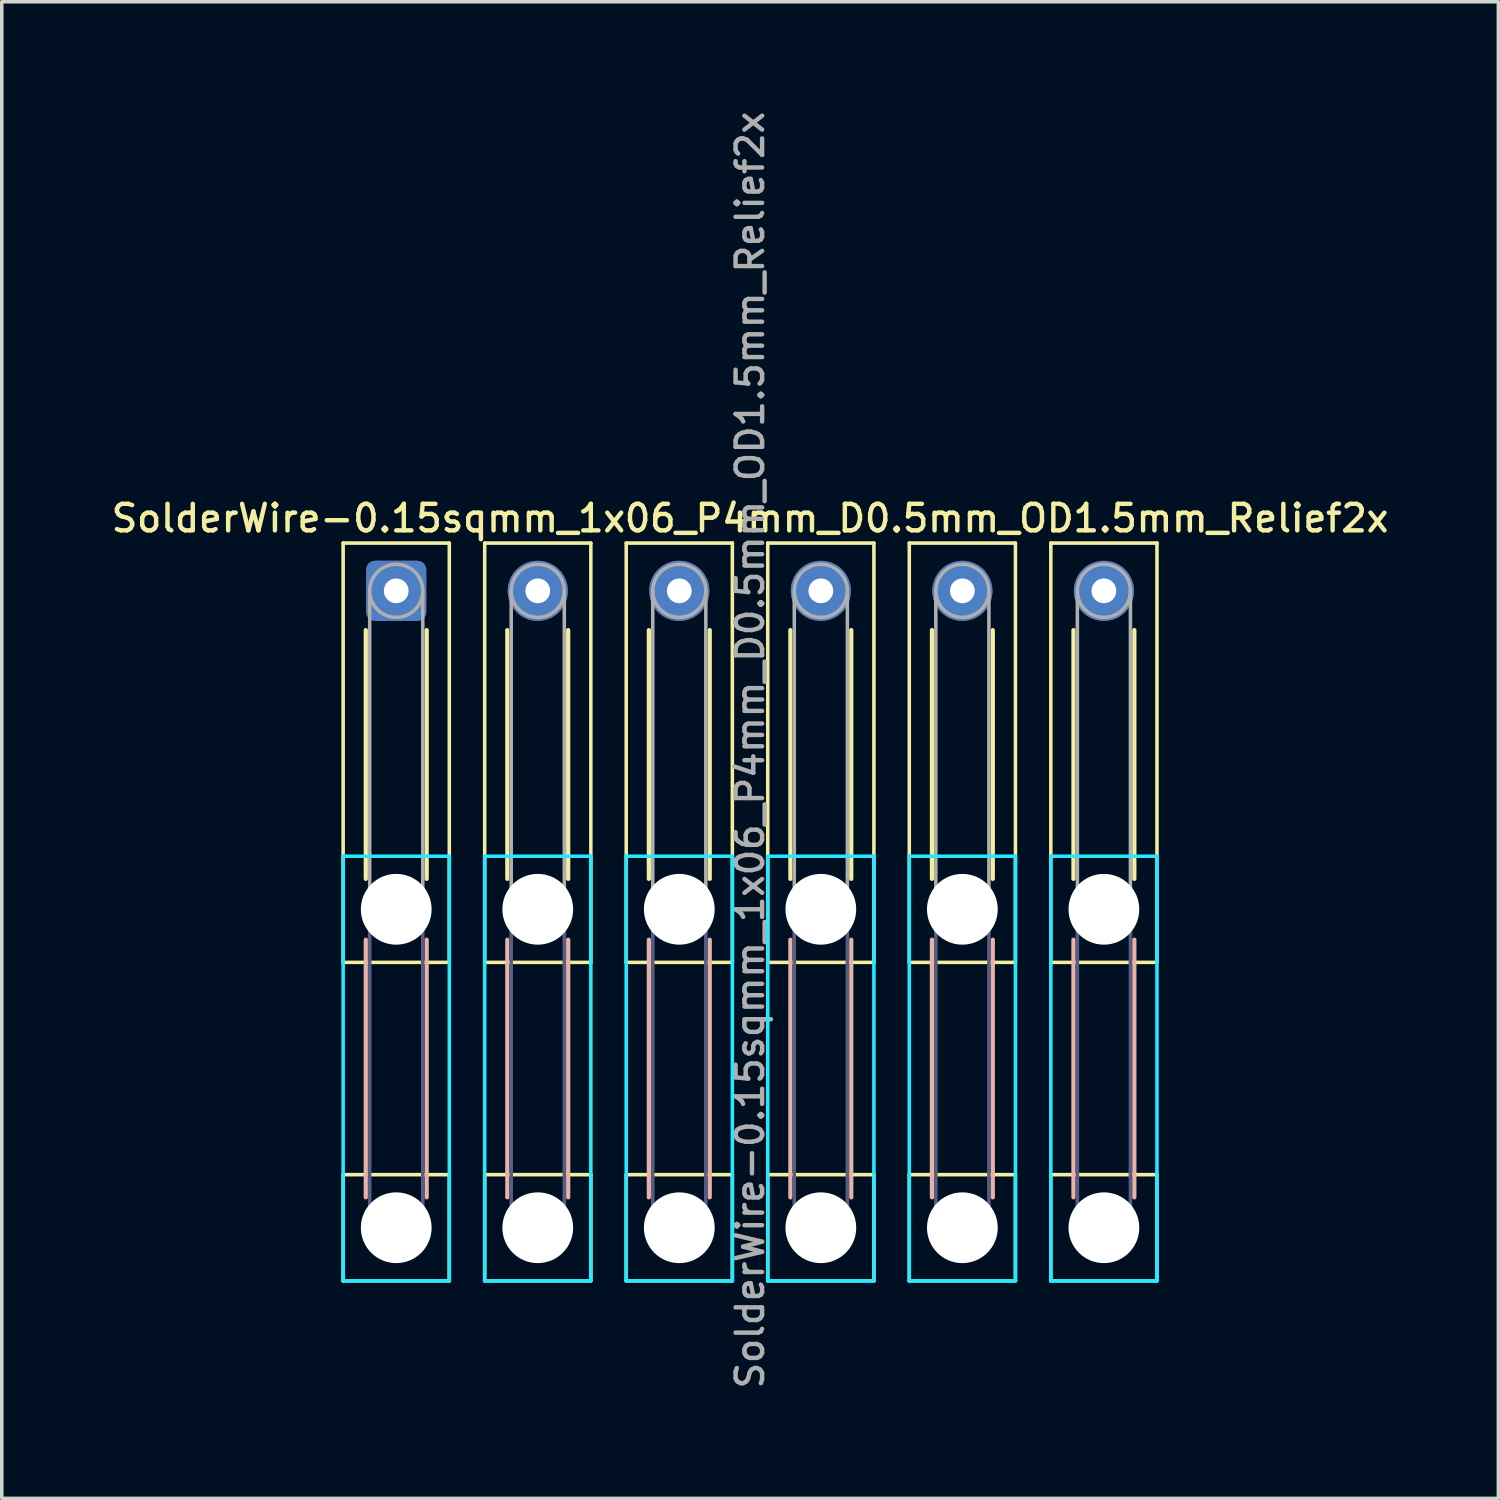
<source format=kicad_pcb>
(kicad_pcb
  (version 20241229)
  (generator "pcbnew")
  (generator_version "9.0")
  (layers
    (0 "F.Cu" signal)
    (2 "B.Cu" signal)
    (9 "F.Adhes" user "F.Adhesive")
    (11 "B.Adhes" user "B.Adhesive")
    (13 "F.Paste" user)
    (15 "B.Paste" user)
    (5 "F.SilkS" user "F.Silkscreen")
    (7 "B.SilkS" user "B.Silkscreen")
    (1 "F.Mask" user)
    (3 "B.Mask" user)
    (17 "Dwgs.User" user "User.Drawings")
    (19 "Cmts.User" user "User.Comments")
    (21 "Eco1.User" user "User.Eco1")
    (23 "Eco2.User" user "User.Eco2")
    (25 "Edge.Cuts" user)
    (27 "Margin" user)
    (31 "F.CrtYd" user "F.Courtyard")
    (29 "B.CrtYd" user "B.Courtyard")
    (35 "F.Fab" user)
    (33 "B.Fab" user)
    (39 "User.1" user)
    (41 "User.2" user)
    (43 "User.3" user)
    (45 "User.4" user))
  (footprint "SolderWire-0.15sqmm_1x06_P4mm_D0.5mm_OD1.5mm_Relief2x"
    (layer "F.Cu")
    (at 8.148 13.648)
    (property "Reference" "SolderWire-0.15sqmm_1x06_P4mm_D0.5mm_OD1.5mm_Relief2x" (at 10 -2.05 0) (layer "F.SilkS") (effects (font (size 0.75 0.75) (thickness 0.125))))
    (attr exclude_from_pos_files exclude_from_bom)
    (fp_line (start -1.5 -1.35) (end -1.5 10.5) (stroke (width 0.1) (type solid)) (layer "F.SilkS"))
    (fp_line (start -1.5 10.5) (end 1.5 10.5) (stroke (width 0.1) (type solid)) (layer "F.SilkS"))
    (fp_line (start -1.5 16.5) (end -1.5 19.5) (stroke (width 0.1) (type solid)) (layer "F.SilkS"))
    (fp_line (start -1.5 19.5) (end 1.5 19.5) (stroke (width 0.1) (type solid)) (layer "F.SilkS"))
    (fp_line (start -0.86 1.11) (end -0.86 8.14) (stroke (width 0.12) (type solid)) (layer "F.SilkS"))
    (fp_line (start 0.86 1.11) (end 0.86 8.14) (stroke (width 0.12) (type solid)) (layer "F.SilkS"))
    (fp_line (start 1.5 -1.35) (end -1.5 -1.35) (stroke (width 0.1) (type solid)) (layer "F.SilkS"))
    (fp_line (start 1.5 10.5) (end 1.5 -1.35) (stroke (width 0.1) (type solid)) (layer "F.SilkS"))
    (fp_line (start 1.5 16.5) (end -1.5 16.5) (stroke (width 0.1) (type solid)) (layer "F.SilkS"))
    (fp_line (start 1.5 19.5) (end 1.5 16.5) (stroke (width 0.1) (type solid)) (layer "F.SilkS"))
    (fp_line (start 2.5 -1.35) (end 2.5 10.5) (stroke (width 0.1) (type solid)) (layer "F.SilkS"))
    (fp_line (start 2.5 10.5) (end 5.5 10.5) (stroke (width 0.1) (type solid)) (layer "F.SilkS"))
    (fp_line (start 2.5 16.5) (end 2.5 19.5) (stroke (width 0.1) (type solid)) (layer "F.SilkS"))
    (fp_line (start 2.5 19.5) (end 5.5 19.5) (stroke (width 0.1) (type solid)) (layer "F.SilkS"))
    (fp_line (start 3.14 1.11) (end 3.14 8.14) (stroke (width 0.12) (type solid)) (layer "F.SilkS"))
    (fp_line (start 4.86 1.11) (end 4.86 8.14) (stroke (width 0.12) (type solid)) (layer "F.SilkS"))
    (fp_line (start 5.5 -1.35) (end 2.5 -1.35) (stroke (width 0.1) (type solid)) (layer "F.SilkS"))
    (fp_line (start 5.5 10.5) (end 5.5 -1.35) (stroke (width 0.1) (type solid)) (layer "F.SilkS"))
    (fp_line (start 5.5 16.5) (end 2.5 16.5) (stroke (width 0.1) (type solid)) (layer "F.SilkS"))
    (fp_line (start 5.5 19.5) (end 5.5 16.5) (stroke (width 0.1) (type solid)) (layer "F.SilkS"))
    (fp_line (start 6.5 -1.35) (end 6.5 10.5) (stroke (width 0.1) (type solid)) (layer "F.SilkS"))
    (fp_line (start 6.5 10.5) (end 9.5 10.5) (stroke (width 0.1) (type solid)) (layer "F.SilkS"))
    (fp_line (start 6.5 16.5) (end 6.5 19.5) (stroke (width 0.1) (type solid)) (layer "F.SilkS"))
    (fp_line (start 6.5 19.5) (end 9.5 19.5) (stroke (width 0.1) (type solid)) (layer "F.SilkS"))
    (fp_line (start 7.14 1.11) (end 7.14 8.14) (stroke (width 0.12) (type solid)) (layer "F.SilkS"))
    (fp_line (start 8.86 1.11) (end 8.86 8.14) (stroke (width 0.12) (type solid)) (layer "F.SilkS"))
    (fp_line (start 9.5 -1.35) (end 6.5 -1.35) (stroke (width 0.1) (type solid)) (layer "F.SilkS"))
    (fp_line (start 9.5 10.5) (end 9.5 -1.35) (stroke (width 0.1) (type solid)) (layer "F.SilkS"))
    (fp_line (start 9.5 16.5) (end 6.5 16.5) (stroke (width 0.1) (type solid)) (layer "F.SilkS"))
    (fp_line (start 9.5 19.5) (end 9.5 16.5) (stroke (width 0.1) (type solid)) (layer "F.SilkS"))
    (fp_line (start 10.5 -1.35) (end 10.5 10.5) (stroke (width 0.1) (type solid)) (layer "F.SilkS"))
    (fp_line (start 10.5 10.5) (end 13.5 10.5) (stroke (width 0.1) (type solid)) (layer "F.SilkS"))
    (fp_line (start 10.5 16.5) (end 10.5 19.5) (stroke (width 0.1) (type solid)) (layer "F.SilkS"))
    (fp_line (start 10.5 19.5) (end 13.5 19.5) (stroke (width 0.1) (type solid)) (layer "F.SilkS"))
    (fp_line (start 11.14 1.11) (end 11.14 8.14) (stroke (width 0.12) (type solid)) (layer "F.SilkS"))
    (fp_line (start 12.86 1.11) (end 12.86 8.14) (stroke (width 0.12) (type solid)) (layer "F.SilkS"))
    (fp_line (start 13.5 -1.35) (end 10.5 -1.35) (stroke (width 0.1) (type solid)) (layer "F.SilkS"))
    (fp_line (start 13.5 10.5) (end 13.5 -1.35) (stroke (width 0.1) (type solid)) (layer "F.SilkS"))
    (fp_line (start 13.5 16.5) (end 10.5 16.5) (stroke (width 0.1) (type solid)) (layer "F.SilkS"))
    (fp_line (start 13.5 19.5) (end 13.5 16.5) (stroke (width 0.1) (type solid)) (layer "F.SilkS"))
    (fp_line (start 14.5 -1.35) (end 14.5 10.5) (stroke (width 0.1) (type solid)) (layer "F.SilkS"))
    (fp_line (start 14.5 10.5) (end 17.5 10.5) (stroke (width 0.1) (type solid)) (layer "F.SilkS"))
    (fp_line (start 14.5 16.5) (end 14.5 19.5) (stroke (width 0.1) (type solid)) (layer "F.SilkS"))
    (fp_line (start 14.5 19.5) (end 17.5 19.5) (stroke (width 0.1) (type solid)) (layer "F.SilkS"))
    (fp_line (start 15.14 1.11) (end 15.14 8.14) (stroke (width 0.12) (type solid)) (layer "F.SilkS"))
    (fp_line (start 16.86 1.11) (end 16.86 8.14) (stroke (width 0.12) (type solid)) (layer "F.SilkS"))
    (fp_line (start 17.5 -1.35) (end 14.5 -1.35) (stroke (width 0.1) (type solid)) (layer "F.SilkS"))
    (fp_line (start 17.5 10.5) (end 17.5 -1.35) (stroke (width 0.1) (type solid)) (layer "F.SilkS"))
    (fp_line (start 17.5 16.5) (end 14.5 16.5) (stroke (width 0.1) (type solid)) (layer "F.SilkS"))
    (fp_line (start 17.5 19.5) (end 17.5 16.5) (stroke (width 0.1) (type solid)) (layer "F.SilkS"))
    (fp_line (start 18.5 -1.35) (end 18.5 10.5) (stroke (width 0.1) (type solid)) (layer "F.SilkS"))
    (fp_line (start 18.5 10.5) (end 21.5 10.5) (stroke (width 0.1) (type solid)) (layer "F.SilkS"))
    (fp_line (start 18.5 16.5) (end 18.5 19.5) (stroke (width 0.1) (type solid)) (layer "F.SilkS"))
    (fp_line (start 18.5 19.5) (end 21.5 19.5) (stroke (width 0.1) (type solid)) (layer "F.SilkS"))
    (fp_line (start 19.14 1.11) (end 19.14 8.14) (stroke (width 0.12) (type solid)) (layer "F.SilkS"))
    (fp_line (start 20.86 1.11) (end 20.86 8.14) (stroke (width 0.12) (type solid)) (layer "F.SilkS"))
    (fp_line (start 21.5 -1.35) (end 18.5 -1.35) (stroke (width 0.1) (type solid)) (layer "F.SilkS"))
    (fp_line (start 21.5 10.5) (end 21.5 -1.35) (stroke (width 0.1) (type solid)) (layer "F.SilkS"))
    (fp_line (start 21.5 16.5) (end 18.5 16.5) (stroke (width 0.1) (type solid)) (layer "F.SilkS"))
    (fp_line (start 21.5 19.5) (end 21.5 16.5) (stroke (width 0.1) (type solid)) (layer "F.SilkS"))
    (fp_line (start -0.86 9.86) (end -0.86 17.14) (stroke (width 0.12) (type solid)) (layer "B.SilkS"))
    (fp_line (start 0.86 9.86) (end 0.86 17.14) (stroke (width 0.12) (type solid)) (layer "B.SilkS"))
    (fp_line (start 3.14 9.86) (end 3.14 17.14) (stroke (width 0.12) (type solid)) (layer "B.SilkS"))
    (fp_line (start 4.86 9.86) (end 4.86 17.14) (stroke (width 0.12) (type solid)) (layer "B.SilkS"))
    (fp_line (start 7.14 9.86) (end 7.14 17.14) (stroke (width 0.12) (type solid)) (layer "B.SilkS"))
    (fp_line (start 8.86 9.86) (end 8.86 17.14) (stroke (width 0.12) (type solid)) (layer "B.SilkS"))
    (fp_line (start 11.14 9.86) (end 11.14 17.14) (stroke (width 0.12) (type solid)) (layer "B.SilkS"))
    (fp_line (start 12.86 9.86) (end 12.86 17.14) (stroke (width 0.12) (type solid)) (layer "B.SilkS"))
    (fp_line (start 15.14 9.86) (end 15.14 17.14) (stroke (width 0.12) (type solid)) (layer "B.SilkS"))
    (fp_line (start 16.86 9.86) (end 16.86 17.14) (stroke (width 0.12) (type solid)) (layer "B.SilkS"))
    (fp_line (start 19.14 9.86) (end 19.14 17.14) (stroke (width 0.12) (type solid)) (layer "B.SilkS"))
    (fp_line (start 20.86 9.86) (end 20.86 17.14) (stroke (width 0.12) (type solid)) (layer "B.SilkS"))
    (fp_line (start -1.5 7.5) (end -1.5 19.5) (stroke (width 0.1) (type solid)) (layer "B.CrtYd"))
    (fp_line (start -1.5 19.5) (end 1.5 19.5) (stroke (width 0.1) (type solid)) (layer "B.CrtYd"))
    (fp_line (start 1.5 7.5) (end -1.5 7.5) (stroke (width 0.1) (type solid)) (layer "B.CrtYd"))
    (fp_line (start 1.5 19.5) (end 1.5 7.5) (stroke (width 0.1) (type solid)) (layer "B.CrtYd"))
    (fp_line (start 2.5 7.5) (end 2.5 19.5) (stroke (width 0.1) (type solid)) (layer "B.CrtYd"))
    (fp_line (start 2.5 19.5) (end 5.5 19.5) (stroke (width 0.1) (type solid)) (layer "B.CrtYd"))
    (fp_line (start 5.5 7.5) (end 2.5 7.5) (stroke (width 0.1) (type solid)) (layer "B.CrtYd"))
    (fp_line (start 5.5 19.5) (end 5.5 7.5) (stroke (width 0.1) (type solid)) (layer "B.CrtYd"))
    (fp_line (start 6.5 7.5) (end 6.5 19.5) (stroke (width 0.1) (type solid)) (layer "B.CrtYd"))
    (fp_line (start 6.5 19.5) (end 9.5 19.5) (stroke (width 0.1) (type solid)) (layer "B.CrtYd"))
    (fp_line (start 9.5 7.5) (end 6.5 7.5) (stroke (width 0.1) (type solid)) (layer "B.CrtYd"))
    (fp_line (start 9.5 19.5) (end 9.5 7.5) (stroke (width 0.1) (type solid)) (layer "B.CrtYd"))
    (fp_line (start 10.5 7.5) (end 10.5 19.5) (stroke (width 0.1) (type solid)) (layer "B.CrtYd"))
    (fp_line (start 10.5 19.5) (end 13.5 19.5) (stroke (width 0.1) (type solid)) (layer "B.CrtYd"))
    (fp_line (start 13.5 7.5) (end 10.5 7.5) (stroke (width 0.1) (type solid)) (layer "B.CrtYd"))
    (fp_line (start 13.5 19.5) (end 13.5 7.5) (stroke (width 0.1) (type solid)) (layer "B.CrtYd"))
    (fp_line (start 14.5 7.5) (end 14.5 19.5) (stroke (width 0.1) (type solid)) (layer "B.CrtYd"))
    (fp_line (start 14.5 19.5) (end 17.5 19.5) (stroke (width 0.1) (type solid)) (layer "B.CrtYd"))
    (fp_line (start 17.5 7.5) (end 14.5 7.5) (stroke (width 0.1) (type solid)) (layer "B.CrtYd"))
    (fp_line (start 17.5 19.5) (end 17.5 7.5) (stroke (width 0.1) (type solid)) (layer "B.CrtYd"))
    (fp_line (start 18.5 7.5) (end 18.5 19.5) (stroke (width 0.1) (type solid)) (layer "B.CrtYd"))
    (fp_line (start 18.5 19.5) (end 21.5 19.5) (stroke (width 0.1) (type solid)) (layer "B.CrtYd"))
    (fp_line (start 21.5 7.5) (end 18.5 7.5) (stroke (width 0.1) (type solid)) (layer "B.CrtYd"))
    (fp_line (start 21.5 19.5) (end 21.5 7.5) (stroke (width 0.1) (type solid)) (layer "B.CrtYd"))
    (fp_line (start -0.75 9) (end -0.75 18) (stroke (width 0.1) (type solid)) (layer "B.Fab"))
    (fp_line (start 0.75 9) (end 0.75 18) (stroke (width 0.1) (type solid)) (layer "B.Fab"))
    (fp_line (start 3.25 9) (end 3.25 18) (stroke (width 0.1) (type solid)) (layer "B.Fab"))
    (fp_line (start 4.75 9) (end 4.75 18) (stroke (width 0.1) (type solid)) (layer "B.Fab"))
    (fp_line (start 7.25 9) (end 7.25 18) (stroke (width 0.1) (type solid)) (layer "B.Fab"))
    (fp_line (start 8.75 9) (end 8.75 18) (stroke (width 0.1) (type solid)) (layer "B.Fab"))
    (fp_line (start 11.25 9) (end 11.25 18) (stroke (width 0.1) (type solid)) (layer "B.Fab"))
    (fp_line (start 12.75 9) (end 12.75 18) (stroke (width 0.1) (type solid)) (layer "B.Fab"))
    (fp_line (start 15.25 9) (end 15.25 18) (stroke (width 0.1) (type solid)) (layer "B.Fab"))
    (fp_line (start 16.75 9) (end 16.75 18) (stroke (width 0.1) (type solid)) (layer "B.Fab"))
    (fp_line (start 19.25 9) (end 19.25 18) (stroke (width 0.1) (type solid)) (layer "B.Fab"))
    (fp_line (start 20.75 9) (end 20.75 18) (stroke (width 0.1) (type solid)) (layer "B.Fab"))
    (fp_circle (center 0 9) (end 0.75 9) (stroke (width 0.1) (type solid)) (fill no) (layer "B.Fab"))
    (fp_circle (center 0 18) (end 0.75 18) (stroke (width 0.1) (type solid)) (fill no) (layer "B.Fab"))
    (fp_circle (center 4 9) (end 4.75 9) (stroke (width 0.1) (type solid)) (fill no) (layer "B.Fab"))
    (fp_circle (center 4 18) (end 4.75 18) (stroke (width 0.1) (type solid)) (fill no) (layer "B.Fab"))
    (fp_circle (center 8 9) (end 8.75 9) (stroke (width 0.1) (type solid)) (fill no) (layer "B.Fab"))
    (fp_circle (center 8 18) (end 8.75 18) (stroke (width 0.1) (type solid)) (fill no) (layer "B.Fab"))
    (fp_circle (center 12 9) (end 12.75 9) (stroke (width 0.1) (type solid)) (fill no) (layer "B.Fab"))
    (fp_circle (center 12 18) (end 12.75 18) (stroke (width 0.1) (type solid)) (fill no) (layer "B.Fab"))
    (fp_circle (center 16 9) (end 16.75 9) (stroke (width 0.1) (type solid)) (fill no) (layer "B.Fab"))
    (fp_circle (center 16 18) (end 16.75 18) (stroke (width 0.1) (type solid)) (fill no) (layer "B.Fab"))
    (fp_circle (center 20 9) (end 20.75 9) (stroke (width 0.1) (type solid)) (fill no) (layer "B.Fab"))
    (fp_circle (center 20 18) (end 20.75 18) (stroke (width 0.1) (type solid)) (fill no) (layer "B.Fab"))
    (fp_line (start -0.75 0) (end -0.75 9) (stroke (width 0.1) (type solid)) (layer "F.Fab"))
    (fp_line (start 0.75 0) (end 0.75 9) (stroke (width 0.1) (type solid)) (layer "F.Fab"))
    (fp_line (start 3.25 0) (end 3.25 9) (stroke (width 0.1) (type solid)) (layer "F.Fab"))
    (fp_line (start 4.75 0) (end 4.75 9) (stroke (width 0.1) (type solid)) (layer "F.Fab"))
    (fp_line (start 7.25 0) (end 7.25 9) (stroke (width 0.1) (type solid)) (layer "F.Fab"))
    (fp_line (start 8.75 0) (end 8.75 9) (stroke (width 0.1) (type solid)) (layer "F.Fab"))
    (fp_line (start 11.25 0) (end 11.25 9) (stroke (width 0.1) (type solid)) (layer "F.Fab"))
    (fp_line (start 12.75 0) (end 12.75 9) (stroke (width 0.1) (type solid)) (layer "F.Fab"))
    (fp_line (start 15.25 0) (end 15.25 9) (stroke (width 0.1) (type solid)) (layer "F.Fab"))
    (fp_line (start 16.75 0) (end 16.75 9) (stroke (width 0.1) (type solid)) (layer "F.Fab"))
    (fp_line (start 19.25 0) (end 19.25 9) (stroke (width 0.1) (type solid)) (layer "F.Fab"))
    (fp_line (start 20.75 0) (end 20.75 9) (stroke (width 0.1) (type solid)) (layer "F.Fab"))
    (fp_circle (center 0 0) (end 0.75 0) (stroke (width 0.1) (type solid)) (fill no) (layer "F.Fab"))
    (fp_circle (center 0 9) (end 0.75 9) (stroke (width 0.1) (type solid)) (fill no) (layer "F.Fab"))
    (fp_circle (center 0 18) (end 0.75 18) (stroke (width 0.1) (type solid)) (fill no) (layer "F.Fab"))
    (fp_circle (center 4 0) (end 4.75 0) (stroke (width 0.1) (type solid)) (fill no) (layer "F.Fab"))
    (fp_circle (center 4 9) (end 4.75 9) (stroke (width 0.1) (type solid)) (fill no) (layer "F.Fab"))
    (fp_circle (center 4 18) (end 4.75 18) (stroke (width 0.1) (type solid)) (fill no) (layer "F.Fab"))
    (fp_circle (center 8 0) (end 8.75 0) (stroke (width 0.1) (type solid)) (fill no) (layer "F.Fab"))
    (fp_circle (center 8 9) (end 8.75 9) (stroke (width 0.1) (type solid)) (fill no) (layer "F.Fab"))
    (fp_circle (center 8 18) (end 8.75 18) (stroke (width 0.1) (type solid)) (fill no) (layer "F.Fab"))
    (fp_circle (center 12 0) (end 12.75 0) (stroke (width 0.1) (type solid)) (fill no) (layer "F.Fab"))
    (fp_circle (center 12 9) (end 12.75 9) (stroke (width 0.1) (type solid)) (fill no) (layer "F.Fab"))
    (fp_circle (center 12 18) (end 12.75 18) (stroke (width 0.1) (type solid)) (fill no) (layer "F.Fab"))
    (fp_circle (center 16 0) (end 16.75 0) (stroke (width 0.1) (type solid)) (fill no) (layer "F.Fab"))
    (fp_circle (center 16 9) (end 16.75 9) (stroke (width 0.1) (type solid)) (fill no) (layer "F.Fab"))
    (fp_circle (center 16 18) (end 16.75 18) (stroke (width 0.1) (type solid)) (fill no) (layer "F.Fab"))
    (fp_circle (center 20 0) (end 20.75 0) (stroke (width 0.1) (type solid)) (fill no) (layer "F.Fab"))
    (fp_circle (center 20 9) (end 20.75 9) (stroke (width 0.1) (type solid)) (fill no) (layer "F.Fab"))
    (fp_circle (center 20 18) (end 20.75 18) (stroke (width 0.1) (type solid)) (fill no) (layer "F.Fab"))
    (fp_text user "${REFERENCE}" (at 10 4.5 90) (layer "F.Fab") (effects (font (size 0.75 0.75) (thickness 0.125))))
    (pad "" np_thru_hole circle (at 0 9) (size 2 2) (drill 2) (layers "*.Cu" "*.Mask"))
    (pad "" np_thru_hole circle (at 0 18) (size 2 2) (drill 2) (layers "*.Cu" "*.Mask"))
    (pad "" np_thru_hole circle (at 4 9) (size 2 2) (drill 2) (layers "*.Cu" "*.Mask"))
    (pad "" np_thru_hole circle (at 4 18) (size 2 2) (drill 2) (layers "*.Cu" "*.Mask"))
    (pad "" np_thru_hole circle (at 8 9) (size 2 2) (drill 2) (layers "*.Cu" "*.Mask"))
    (pad "" np_thru_hole circle (at 8 18) (size 2 2) (drill 2) (layers "*.Cu" "*.Mask"))
    (pad "" np_thru_hole circle (at 12 9) (size 2 2) (drill 2) (layers "*.Cu" "*.Mask"))
    (pad "" np_thru_hole circle (at 12 18) (size 2 2) (drill 2) (layers "*.Cu" "*.Mask"))
    (pad "" np_thru_hole circle (at 16 9) (size 2 2) (drill 2) (layers "*.Cu" "*.Mask"))
    (pad "" np_thru_hole circle (at 16 18) (size 2 2) (drill 2) (layers "*.Cu" "*.Mask"))
    (pad "" np_thru_hole circle (at 20 9) (size 2 2) (drill 2) (layers "*.Cu" "*.Mask"))
    (pad "" np_thru_hole circle (at 20 18) (size 2 2) (drill 2) (layers "*.Cu" "*.Mask"))
    (pad "1" thru_hole roundrect (at 0 0) (size 1.7 1.7) (drill 0.7) (layers "*.Cu" "*.Mask") (roundrect_rratio 0.147))
    (pad "2" thru_hole circle (at 4 0) (size 1.7 1.7) (drill 0.7) (layers "*.Cu" "*.Mask"))
    (pad "3" thru_hole circle (at 8 0) (size 1.7 1.7) (drill 0.7) (layers "*.Cu" "*.Mask"))
    (pad "4" thru_hole circle (at 12 0) (size 1.7 1.7) (drill 0.7) (layers "*.Cu" "*.Mask"))
    (pad "5" thru_hole circle (at 16 0) (size 1.7 1.7) (drill 0.7) (layers "*.Cu" "*.Mask"))
    (pad "6" thru_hole circle (at 20 0) (size 1.7 1.7) (drill 0.7) (layers "*.Cu" "*.Mask")))
  (gr_rect
    (start -3 -3)
    (end 39.296 39.296)
    (stroke (width 0.1) (type default))
    (fill no)
    (layer "Edge.Cuts")))
</source>
